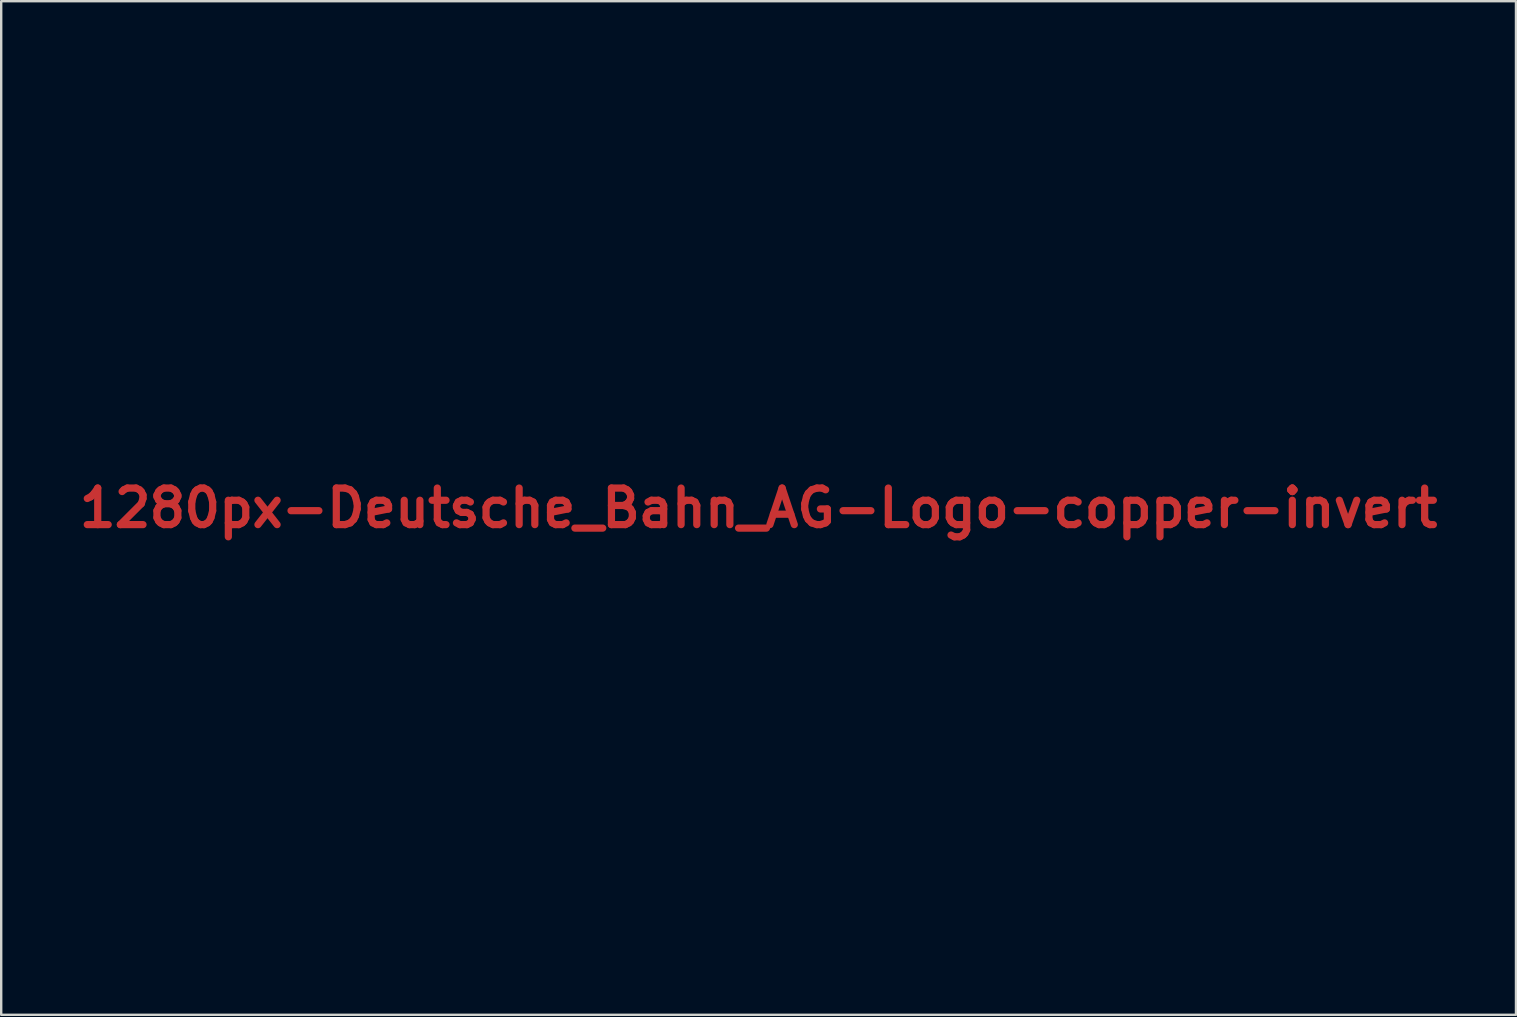
<source format=kicad_pcb>
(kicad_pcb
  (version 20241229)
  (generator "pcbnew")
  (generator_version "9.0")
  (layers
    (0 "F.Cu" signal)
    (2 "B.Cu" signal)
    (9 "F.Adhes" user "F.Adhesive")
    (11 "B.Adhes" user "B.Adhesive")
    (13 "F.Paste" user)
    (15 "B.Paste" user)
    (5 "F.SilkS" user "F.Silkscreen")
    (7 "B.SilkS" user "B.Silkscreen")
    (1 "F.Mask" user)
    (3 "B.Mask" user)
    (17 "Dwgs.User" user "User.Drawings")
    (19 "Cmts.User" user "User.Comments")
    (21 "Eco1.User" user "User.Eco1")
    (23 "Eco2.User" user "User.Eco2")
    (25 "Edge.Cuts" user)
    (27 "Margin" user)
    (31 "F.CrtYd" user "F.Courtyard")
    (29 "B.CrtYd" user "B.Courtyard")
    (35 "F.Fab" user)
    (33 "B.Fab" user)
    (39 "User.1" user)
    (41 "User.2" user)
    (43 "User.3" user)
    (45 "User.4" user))
  (footprint "1280px-Deutsche_Bahn_AG-Logo-copper-invert"
    (layer "F.Cu")
    (at 28.564 18.124)
    (property "Reference" "1280px-Deutsche_Bahn_AG-Logo-copper-invert" (at 0 0 0) (layer "F.Cu") (effects (font (size 1.524 1.524) (thickness 0.3))))
    (attr through_hole)
    (fp_poly (pts (xy 12.204 2.459) (xy 12.8 2.471) (xy 13.276 2.492) (xy 13.654 2.524) (xy 13.959 2.568) (xy 14.065 2.589) (xy 14.854 2.818) (xy 15.506 3.145) (xy 16.024 3.574) (xy 16.414 4.109) (xy 16.677 4.755) (xy 16.819 5.516) (xy 16.848 6.113) (xy 16.788 6.98) (xy 16.604 7.732) (xy 16.293 8.377) (xy 15.85 8.918) (xy 15.272 9.361) (xy 14.556 9.711) (xy 14.339 9.791) (xy 14.124 9.862) (xy 13.929 9.917) (xy 13.727 9.958) (xy 13.492 9.989) (xy 13.198 10.011) (xy 12.817 10.028) (xy 12.325 10.041) (xy 11.694 10.053) (xy 11.578 10.055) (xy 9.483 10.092) (xy 9.483 2.455) (xy 11.462 2.455) (xy 12.204 2.459)) (stroke (width 0.01) (type solid)) (fill yes) (layer "F.Mask"))
    (fp_poly (pts (xy 11.324 -10.222) (xy 11.972 -10.206) (xy 12.476 -10.186) (xy 12.864 -10.162) (xy 13.162 -10.131) (xy 13.396 -10.089) (xy 13.592 -10.036) (xy 13.632 -10.023) (xy 14.366 -9.698) (xy 14.97 -9.27) (xy 15.198 -9.045) (xy 15.479 -8.705) (xy 15.682 -8.365) (xy 15.833 -7.97) (xy 15.958 -7.466) (xy 15.969 -7.414) (xy 16.038 -7.022) (xy 16.062 -6.708) (xy 16.043 -6.388) (xy 16.001 -6.102) (xy 15.809 -5.341) (xy 15.499 -4.679) (xy 15.082 -4.13) (xy 14.565 -3.708) (xy 14.305 -3.564) (xy 13.986 -3.423) (xy 13.665 -3.316) (xy 13.312 -3.237) (xy 12.9 -3.184) (xy 12.399 -3.151) (xy 11.779 -3.136) (xy 11.211 -3.133) (xy 9.483 -3.133) (xy 9.483 -10.261) (xy 11.324 -10.222)) (stroke (width 0.01) (type solid)) (fill yes) (layer "F.Mask"))
    (fp_poly (pts (xy -14.965 -10.22) (xy -14.132 -10.176) (xy -13.391 -10.105) (xy -12.762 -10.01) (xy -12.268 -9.895) (xy -12.065 -9.825) (xy -11.293 -9.476) (xy -10.66 -9.104) (xy -10.134 -8.686) (xy -9.685 -8.198) (xy -9.419 -7.832) (xy -9.073 -7.266) (xy -8.785 -6.68) (xy -8.546 -6.046) (xy -8.346 -5.331) (xy -8.174 -4.507) (xy -8.029 -3.598) (xy -7.999 -3.298) (xy -7.975 -2.859) (xy -7.955 -2.308) (xy -7.941 -1.671) (xy -7.931 -0.975) (xy -7.926 -0.247) (xy -7.927 0.487) (xy -7.932 1.201) (xy -7.942 1.868) (xy -7.958 2.462) (xy -7.978 2.955) (xy -8.004 3.322) (xy -8.022 3.471) (xy -8.246 4.665) (xy -8.518 5.709) (xy -8.842 6.618) (xy -9.224 7.408) (xy -9.668 8.092) (xy -9.704 8.139) (xy -9.935 8.414) (xy -10.204 8.695) (xy -10.479 8.954) (xy -10.728 9.161) (xy -10.92 9.288) (xy -10.997 9.313) (xy -11.087 9.36) (xy -11.091 9.379) (xy -11.123 9.428) (xy -11.231 9.495) (xy -11.439 9.592) (xy -11.769 9.728) (xy -12.065 9.846) (xy -12.225 9.901) (xy -12.405 9.944) (xy -12.631 9.977) (xy -12.928 10.002) (xy -13.321 10.021) (xy -13.835 10.038) (xy -14.457 10.052) (xy -16.425 10.091) (xy -16.425 -10.27) (xy -14.965 -10.22)) (stroke (width 0.01) (type solid)) (fill yes) (layer "F.Mask"))
    (fp_poly (pts (xy 11.113 -18.119) (xy 12.879 -18.118) (xy 14.509 -18.118) (xy 16.007 -18.116) (xy 17.381 -18.114) (xy 18.636 -18.112) (xy 19.776 -18.109) (xy 20.809 -18.105) (xy 21.738 -18.1) (xy 22.57 -18.094) (xy 23.31 -18.087) (xy 23.964 -18.079) (xy 24.538 -18.069) (xy 25.036 -18.059) (xy 25.465 -18.047) (xy 25.83 -18.033) (xy 26.136 -18.017) (xy 26.389 -18) (xy 26.595 -17.982) (xy 26.759 -17.961) (xy 26.887 -17.938) (xy 26.984 -17.914) (xy 27.055 -17.887) (xy 27.107 -17.858) (xy 27.145 -17.826) (xy 27.174 -17.793) (xy 27.2 -17.756) (xy 27.229 -17.717) (xy 27.258 -17.683) (xy 27.424 -17.472) (xy 27.587 -17.211) (xy 27.609 -17.17) (xy 27.628 -17.129) (xy 27.645 -17.08) (xy 27.661 -17.016) (xy 27.676 -16.929) (xy 27.689 -16.813) (xy 27.701 -16.66) (xy 27.712 -16.463) (xy 27.722 -16.216) (xy 27.73 -15.911) (xy 27.737 -15.54) (xy 27.744 -15.098) (xy 27.749 -14.577) (xy 27.754 -13.97) (xy 27.758 -13.269) (xy 27.761 -12.469) (xy 27.764 -11.561) (xy 27.766 -10.538) (xy 27.768 -9.395) (xy 27.769 -8.122) (xy 27.77 -6.714) (xy 27.77 -5.164) (xy 27.771 -3.464) (xy 27.771 -1.607) (xy 27.771 -0.049) (xy 27.771 1.939) (xy 27.77 3.765) (xy 27.77 5.435) (xy 27.769 6.957) (xy 27.768 8.338) (xy 27.767 9.585) (xy 27.765 10.705) (xy 27.762 11.705) (xy 27.759 12.591) (xy 27.756 13.372) (xy 27.751 14.054) (xy 27.746 14.644) (xy 27.74 15.149) (xy 27.733 15.576) (xy 27.725 15.933) (xy 27.716 16.225) (xy 27.707 16.461) (xy 27.696 16.648) (xy 27.683 16.792) (xy 27.67 16.9) (xy 27.655 16.98) (xy 27.639 17.038) (xy 27.622 17.079) (xy 27.326 17.539) (xy 26.929 17.876) (xy 26.715 17.985) (xy 26.674 17.998) (xy 26.608 18.01) (xy 26.514 18.021) (xy 26.385 18.031) (xy 26.217 18.041) (xy 26.002 18.05) (xy 25.736 18.058) (xy 25.414 18.065) (xy 25.03 18.072) (xy 24.578 18.078) (xy 24.052 18.084) (xy 23.448 18.089) (xy 22.76 18.093) (xy 21.983 18.097) (xy 21.11 18.1) (xy 20.136 18.103) (xy 19.056 18.106) (xy 17.865 18.108) (xy 16.556 18.11) (xy 15.125 18.111) (xy 13.565 18.112) (xy 11.872 18.113) (xy 10.04 18.113) (xy 8.062 18.113) (xy 5.935 18.113) (xy 3.651 18.113) (xy 1.207 18.112) (xy 0.011 18.112) (xy -2.521 18.111) (xy -4.889 18.11) (xy -7.099 18.109) (xy -9.156 18.108) (xy -11.065 18.107) (xy -12.831 18.105) (xy -14.461 18.103) (xy -15.96 18.101) (xy -17.332 18.099) (xy -18.584 18.096) (xy -19.721 18.093) (xy -20.748 18.09) (xy -21.671 18.086) (xy -22.495 18.081) (xy -23.225 18.077) (xy -23.868 18.071) (xy -24.428 18.066) (xy -24.91 18.059) (xy -25.321 18.052) (xy -25.665 18.045) (xy -25.949 18.037) (xy -26.177 18.028) (xy -26.355 18.019) (xy -26.488 18.008) (xy -26.582 17.998) (xy -26.642 17.986) (xy -26.664 17.979) (xy -27.058 17.727) (xy -27.4 17.36) (xy -27.628 16.953) (xy -27.645 16.901) (xy -27.66 16.832) (xy -27.675 16.737) (xy -27.688 16.61) (xy -27.699 16.444) (xy -27.71 16.231) (xy -27.72 15.965) (xy -27.728 15.638) (xy -27.736 15.244) (xy -27.74 14.91) (xy 2.371 14.91) (xy 9.207 14.876) (xy 10.447 14.869) (xy 11.53 14.863) (xy 12.468 14.857) (xy 13.273 14.851) (xy 13.957 14.843) (xy 14.533 14.835) (xy 15.012 14.826) (xy 15.407 14.814) (xy 15.729 14.801) (xy 15.992 14.786) (xy 16.207 14.767) (xy 16.386 14.746) (xy 16.542 14.721) (xy 16.686 14.693) (xy 16.806 14.666) (xy 17.346 14.541) (xy 17.757 14.444) (xy 18.076 14.362) (xy 18.34 14.286) (xy 18.586 14.204) (xy 18.849 14.106) (xy 19.167 13.981) (xy 19.26 13.944) (xy 20.179 13.51) (xy 21.049 12.968) (xy 21.846 12.338) (xy 22.547 11.643) (xy 23.129 10.902) (xy 23.568 10.137) (xy 23.615 10.033) (xy 23.734 9.76) (xy 23.835 9.529) (xy 23.873 9.44) (xy 24.041 8.959) (xy 24.189 8.342) (xy 24.319 7.574) (xy 24.347 7.38) (xy 24.406 6.919) (xy 24.439 6.568) (xy 24.445 6.267) (xy 24.426 5.959) (xy 24.38 5.585) (xy 24.352 5.391) (xy 24.279 4.951) (xy 24.189 4.519) (xy 24.098 4.156) (xy 24.041 3.979) (xy 23.879 3.582) (xy 23.698 3.196) (xy 23.522 2.862) (xy 23.371 2.626) (xy 23.317 2.562) (xy 23.219 2.435) (xy 23.199 2.381) (xy 23.134 2.256) (xy 22.959 2.055) (xy 22.698 1.799) (xy 22.38 1.511) (xy 22.03 1.213) (xy 21.674 0.927) (xy 21.34 0.676) (xy 21.053 0.48) (xy 20.841 0.362) (xy 20.754 0.339) (xy 20.65 0.282) (xy 20.645 0.271) (xy 20.547 0.192) (xy 20.327 0.074) (xy 20.02 -0.067) (xy 19.664 -0.216) (xy 19.297 -0.358) (xy 18.956 -0.478) (xy 18.679 -0.561) (xy 18.502 -0.593) (xy 18.501 -0.593) (xy 18.387 -0.638) (xy 18.397 -0.735) (xy 18.521 -0.823) (xy 18.653 -0.888) (xy 18.88 -1.014) (xy 19.159 -1.175) (xy 19.451 -1.348) (xy 19.713 -1.508) (xy 19.904 -1.631) (xy 19.981 -1.689) (xy 20.07 -1.759) (xy 20.254 -1.889) (xy 20.402 -1.99) (xy 20.627 -2.161) (xy 20.923 -2.414) (xy 21.242 -2.708) (xy 21.418 -2.879) (xy 22.046 -3.568) (xy 22.531 -4.247) (xy 22.893 -4.951) (xy 23.152 -5.713) (xy 23.168 -5.777) (xy 23.232 -6.155) (xy 23.267 -6.658) (xy 23.275 -7.24) (xy 23.257 -7.859) (xy 23.216 -8.471) (xy 23.151 -9.033) (xy 23.065 -9.502) (xy 23.049 -9.567) (xy 22.942 -9.941) (xy 22.814 -10.334) (xy 22.677 -10.713) (xy 22.545 -11.042) (xy 22.432 -11.285) (xy 22.35 -11.409) (xy 22.339 -11.416) (xy 22.268 -11.513) (xy 22.267 -11.528) (xy 22.223 -11.641) (xy 22.108 -11.837) (xy 22.021 -11.969) (xy 21.461 -12.642) (xy 20.763 -13.248) (xy 19.95 -13.77) (xy 19.044 -14.192) (xy 18.627 -14.34) (xy 18.324 -14.435) (xy 18.027 -14.518) (xy 17.723 -14.591) (xy 17.4 -14.654) (xy 17.046 -14.708) (xy 16.648 -14.753) (xy 16.195 -14.791) (xy 15.674 -14.822) (xy 15.072 -14.847) (xy 14.378 -14.866) (xy 13.58 -14.88) (xy 12.665 -14.89) (xy 11.621 -14.896) (xy 10.435 -14.9) (xy 9.097 -14.901) (xy 8.657 -14.901) (xy 2.371 -14.901) (xy 2.371 14.91) (xy -27.74 14.91) (xy -27.742 14.775) (xy -27.748 14.225) (xy -27.753 13.586) (xy -27.757 12.85) (xy -27.76 12.012) (xy -27.763 11.064) (xy -27.766 9.999) (xy -27.767 8.81) (xy -27.769 7.489) (xy -27.77 6.03) (xy -27.77 4.426) (xy -27.771 2.669) (xy -27.771 0.753) (xy -27.771 -0.037) (xy -27.771 -2.011) (xy -27.77 -3.822) (xy -27.77 -5.479) (xy -27.769 -6.987) (xy -27.769 -8.355) (xy -27.767 -9.589) (xy -27.765 -10.697) (xy -27.763 -11.685) (xy -27.76 -12.56) (xy -27.757 -13.331) (xy -27.752 -14.003) (xy -27.747 -14.584) (xy -27.743 -14.901) (xy -23.537 -14.901) (xy -23.537 14.901) (xy -17.547 14.897) (xy -16.536 14.895) (xy -15.561 14.891) (xy -14.637 14.886) (xy -13.779 14.879) (xy -13.004 14.87) (xy -12.325 14.861) (xy -11.76 14.85) (xy -11.323 14.839) (xy -11.029 14.826) (xy -10.922 14.818) (xy -10.2 14.724) (xy -9.587 14.618) (xy -9.02 14.489) (xy -8.438 14.323) (xy -8.362 14.299) (xy -7.15 13.84) (xy -6.053 13.258) (xy -5.067 12.549) (xy -4.187 11.711) (xy -3.57 10.964) (xy -3.363 10.686) (xy -3.192 10.457) (xy -3.084 10.312) (xy -3.066 10.287) (xy -2.975 10.135) (xy -2.835 9.865) (xy -2.662 9.511) (xy -2.473 9.11) (xy -2.284 8.698) (xy -2.114 8.312) (xy -1.978 7.988) (xy -1.919 7.832) (xy -1.615 6.906) (xy -1.366 5.953) (xy -1.17 4.951) (xy -1.022 3.876) (xy -0.919 2.705) (xy -0.859 1.415) (xy -0.838 -0.016) (xy -0.838 -0.085) (xy -0.841 -0.961) (xy -0.853 -1.702) (xy -0.875 -2.342) (xy -0.91 -2.913) (xy -0.96 -3.451) (xy -1.027 -3.988) (xy -1.113 -4.559) (xy -1.136 -4.699) (xy -1.226 -5.196) (xy -1.335 -5.73) (xy -1.455 -6.259) (xy -1.575 -6.744) (xy -1.686 -7.142) (xy -1.776 -7.408) (xy -1.844 -7.585) (xy -1.939 -7.847) (xy -1.994 -8.001) (xy -2.102 -8.282) (xy -2.243 -8.613) (xy -2.4 -8.956) (xy -2.554 -9.275) (xy -2.688 -9.533) (xy -2.785 -9.691) (xy -2.815 -9.723) (xy -2.875 -9.82) (xy -2.879 -9.856) (xy -2.925 -9.977) (xy -3.044 -10.184) (xy -3.173 -10.378) (xy -3.352 -10.634) (xy -3.505 -10.856) (xy -3.576 -10.963) (xy -3.683 -11.096) (xy -3.883 -11.315) (xy -4.147 -11.591) (xy -4.444 -11.894) (xy -4.745 -12.193) (xy -5.02 -12.458) (xy -5.239 -12.66) (xy -5.339 -12.744) (xy -5.713 -13.024) (xy -5.987 -13.208) (xy -6.149 -13.289) (xy -6.17 -13.293) (xy -6.274 -13.347) (xy -6.279 -13.356) (xy -6.369 -13.427) (xy -6.577 -13.545) (xy -6.866 -13.693) (xy -7.198 -13.853) (xy -7.538 -14.005) (xy -7.832 -14.126) (xy -8.415 -14.319) (xy -9.113 -14.496) (xy -9.871 -14.648) (xy -10.635 -14.763) (xy -11.125 -14.813) (xy -11.407 -14.829) (xy -11.841 -14.844) (xy -12.41 -14.857) (xy -13.097 -14.869) (xy -13.886 -14.88) (xy -14.759 -14.889) (xy -15.699 -14.895) (xy -16.689 -14.9) (xy -17.713 -14.901) (xy -17.877 -14.901) (xy -23.537 -14.901) (xy -27.743 -14.901) (xy -27.741 -15.082) (xy -27.734 -15.503) (xy -27.727 -15.854) (xy -27.718 -16.143) (xy -27.708 -16.377) (xy -27.697 -16.562) (xy -27.684 -16.706) (xy -27.67 -16.817) (xy -27.655 -16.9) (xy -27.638 -16.964) (xy -27.62 -17.015) (xy -27.612 -17.035) (xy -27.412 -17.368) (xy -27.125 -17.689) (xy -26.805 -17.941) (xy -26.613 -18.04) (xy -26.509 -18.047) (xy -26.239 -18.054) (xy -25.808 -18.061) (xy -25.219 -18.068) (xy -24.477 -18.074) (xy -23.584 -18.08) (xy -22.545 -18.085) (xy -21.364 -18.09) (xy -20.044 -18.095) (xy -18.589 -18.099) (xy -17.004 -18.103) (xy -15.292 -18.107) (xy -13.457 -18.11) (xy -11.503 -18.112) (xy -9.434 -18.115) (xy -7.253 -18.116) (xy -4.965 -18.118) (xy -2.573 -18.118) (xy -0.081 -18.119) (xy 0.051 -18.119) (xy 2.58 -18.119) (xy 4.945 -18.119) (xy 7.152 -18.119) (xy 9.206 -18.119) (xy 11.113 -18.119)) (stroke (width 0.01) (type solid)) (fill yes) (layer "F.Mask")))
  (gr_rect
    (start -3 -3)
    (end 60.128 39.242)
    (stroke (width 0.1) (type default))
    (fill no)
    (layer "Edge.Cuts")))
</source>
